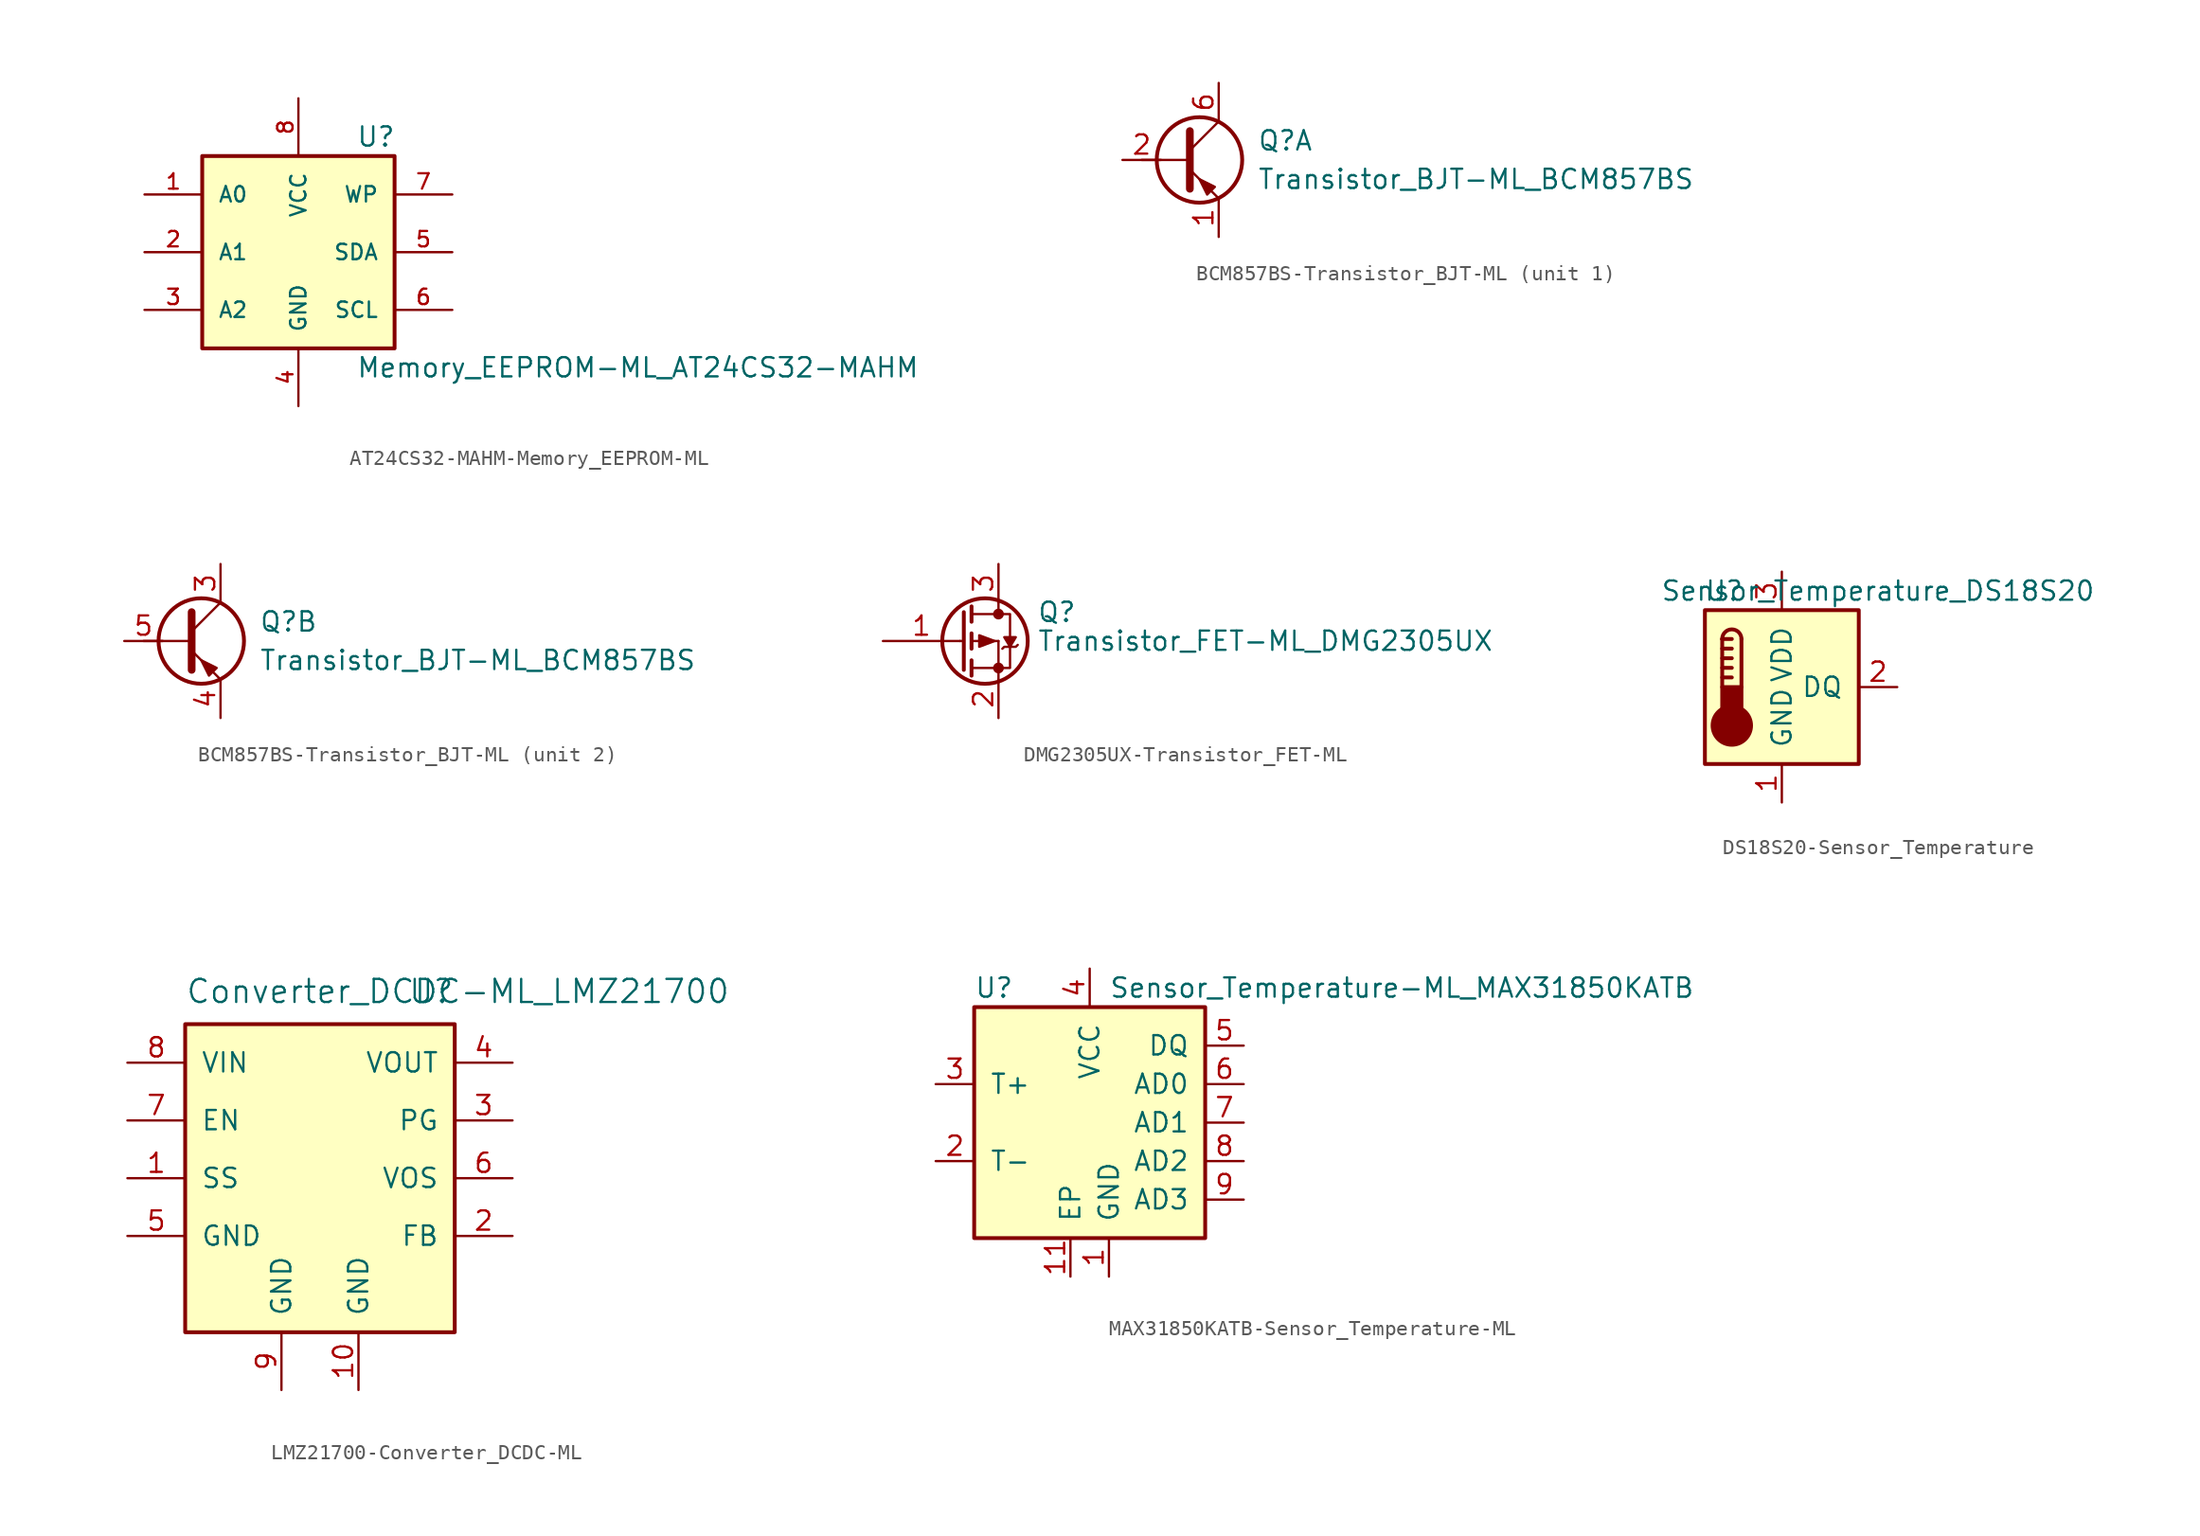
<source format=kicad_sym>
(kicad_symbol_lib
  (version 20220914)
  (generator kicad_symbol_editor)
  (symbol "AT24CS32-MAHM-Memory_EEPROM-ML"
    (pin_names
      (offset 1.016))
    (property "Reference" "U"
      (at 3.81 7.62 0)
      (effects (font (size 1.27 1.27)) (justify left)))
    (property "Value" "Memory_EEPROM-ML_AT24CS32-MAHM"
      (at 3.81 -7.62 0)
      (effects (font (size 1.27 1.27)) (justify left)))
    (symbol "AT24CS32-MAHM-Memory_EEPROM-ML_0_1"
      (rectangle (start -6.35 6.35) (end 6.35 -6.35) (stroke (width 0.254) (type solid)) (fill (type background))))
    (symbol "AT24CS32-MAHM-Memory_EEPROM-ML_1_1"
      (pin input line (at -10.16 3.81 0) (length 3.81) (name "A0" (effects (font (size 1.016 1.016)))) (number "1" (effects (font (size 1.016 1.016)))))
      (pin input line (at -10.16 0 0) (length 3.81) (name "A1" (effects (font (size 1.016 1.016)))) (number "2" (effects (font (size 1.016 1.016)))))
      (pin input line (at -10.16 -3.81 0) (length 3.81) (name "A2" (effects (font (size 1.016 1.016)))) (number "3" (effects (font (size 1.016 1.016)))))
      (pin power_in line (at 0 -10.16 90) (length 3.81) (name "GND" (effects (font (size 1.016 1.016)))) (number "4" (effects (font (size 1.016 1.016)))))
      (pin bidirectional line (at 10.16 0 180) (length 3.81) (name "SDA" (effects (font (size 1.016 1.016)))) (number "5" (effects (font (size 1.016 1.016)))))
      (pin input line (at 10.16 -3.81 180) (length 3.81) (name "SCL" (effects (font (size 1.016 1.016)))) (number "6" (effects (font (size 1.016 1.016)))))
      (pin input line (at 10.16 3.81 180) (length 3.81) (name "WP" (effects (font (size 1.016 1.016)))) (number "7" (effects (font (size 1.016 1.016)))))
      (pin power_in line (at 0 10.16 270) (length 3.81) (name "VCC" (effects (font (size 1.016 1.016)))) (number "8" (effects (font (size 1.016 1.016)))))))
  (symbol "BCM857BS-Transistor_BJT-ML"
    (pin_names
      (offset 0) hide)
    (property "Reference" "Q"
      (at 5.08 1.27 0)
      (effects (font (size 1.27 1.27)) (justify left)))
    (property "Value" "Transistor_BJT-ML_BCM857BS"
      (at 5.08 -1.27 0)
      (effects (font (size 1.27 1.27)) (justify left)))
    (property "ki_locked" ""
      (at 0 0 0)
      (effects (font (size 1.27 1.27))))
    (symbol "BCM857BS-Transistor_BJT-ML_0_1"
      (polyline (pts (xy 0.635 0) (xy -2.54 0)) (stroke (width 0) (type solid)) (fill (type none)))
      (polyline (pts (xy 0.635 0.635) (xy 2.54 2.54)) (stroke (width 0) (type solid)) (fill (type none)))
      (polyline (pts (xy 0.635 -0.635) (xy 2.54 -2.54) (xy 2.54 -2.54)) (stroke (width 0) (type solid)) (fill (type none)))
      (polyline (pts (xy 0.635 1.905) (xy 0.635 -1.905) (xy 0.635 -1.905)) (stroke (width 0.508) (type solid)) (fill (type none)))
      (polyline (pts (xy 2.286 -1.778) (xy 1.778 -2.286) (xy 1.27 -1.27) (xy 2.286 -1.778) (xy 2.286 -1.778)) (stroke (width 0) (type solid)) (fill (type outline)))
      (circle (center 1.27 0) (radius 2.819) (stroke (width 0.254) (type solid)) (fill (type none))))
    (symbol "BCM857BS-Transistor_BJT-ML_1_1"
      (pin passive line (at 2.54 -5.08 90) (length 2.54) (name "E1" (effects (font (size 1.27 1.27)))) (number "1" (effects (font (size 1.27 1.27)))))
      (pin input line (at -3.81 0 0) (length 2.54) (name "B1" (effects (font (size 1.27 1.27)))) (number "2" (effects (font (size 1.27 1.27)))))
      (pin passive line (at 2.54 5.08 270) (length 2.54) (name "C1" (effects (font (size 1.27 1.27)))) (number "6" (effects (font (size 1.27 1.27))))))
    (symbol "BCM857BS-Transistor_BJT-ML_2_1"
      (pin passive line (at 2.54 5.08 270) (length 2.54) (name "C2" (effects (font (size 1.27 1.27)))) (number "3" (effects (font (size 1.27 1.27)))))
      (pin passive line (at 2.54 -5.08 90) (length 2.54) (name "E2" (effects (font (size 1.27 1.27)))) (number "4" (effects (font (size 1.27 1.27)))))
      (pin input line (at -3.81 0 0) (length 2.54) (name "B2" (effects (font (size 1.27 1.27)))) (number "5" (effects (font (size 1.27 1.27)))))))
  (symbol "DMG2305UX-Transistor_FET-ML"
    (pin_names
      (offset 0) hide)
    (property "Reference" "Q"
      (at 5.08 1.905 0)
      (effects (font (size 1.27 1.27)) (justify left)))
    (property "Value" "Transistor_FET-ML_DMG2305UX"
      (at 5.08 0 0)
      (effects (font (size 1.27 1.27)) (justify left)))
    (symbol "DMG2305UX-Transistor_FET-ML_0_1"
      (polyline (pts (xy 0 0) (xy 0.254 0)) (stroke (width 0) (type solid)) (fill (type none)))
      (polyline (pts (xy 0.762 -1.778) (xy 2.54 -1.778)) (stroke (width 0) (type solid)) (fill (type none)))
      (polyline (pts (xy 0.762 -1.27) (xy 0.762 -2.286)) (stroke (width 0.254) (type solid)) (fill (type none)))
      (polyline (pts (xy 0.762 0) (xy 2.54 0)) (stroke (width 0) (type solid)) (fill (type none)))
      (polyline (pts (xy 0.762 0.508) (xy 0.762 -0.508)) (stroke (width 0.254) (type solid)) (fill (type none)))
      (polyline (pts (xy 0.762 1.778) (xy 2.54 1.778)) (stroke (width 0) (type solid)) (fill (type none)))
      (polyline (pts (xy 0.762 2.286) (xy 0.762 1.27)) (stroke (width 0.254) (type solid)) (fill (type none)))
      (polyline (pts (xy 2.54 -1.778) (xy 2.54 -2.54)) (stroke (width 0) (type solid)) (fill (type none)))
      (polyline (pts (xy 2.54 -1.778) (xy 2.54 0)) (stroke (width 0) (type solid)) (fill (type none)))
      (polyline (pts (xy 2.54 2.54) (xy 2.54 1.778)) (stroke (width 0) (type solid)) (fill (type none)))
      (polyline (pts (xy 0.254 1.905) (xy 0.254 -1.905) (xy 0.254 -1.905)) (stroke (width 0.254) (type solid)) (fill (type none)))
      (polyline (pts (xy 2.286 0) (xy 1.27 -0.381) (xy 1.27 0.381) (xy 2.286 0)) (stroke (width 0) (type solid)) (fill (type outline)))
      (polyline (pts (xy 2.54 -1.778) (xy 3.302 -1.778) (xy 3.302 1.778) (xy 2.54 1.778)) (stroke (width 0) (type solid)) (fill (type none)))
      (polyline (pts (xy 2.794 -0.508) (xy 2.921 -0.381) (xy 3.683 -0.381) (xy 3.81 -0.254)) (stroke (width 0) (type solid)) (fill (type none)))
      (polyline (pts (xy 3.302 -0.381) (xy 2.921 0.254) (xy 3.683 0.254) (xy 3.302 -0.381)) (stroke (width 0) (type solid)) (fill (type outline)))
      (circle (center 1.651 0) (radius 2.819) (stroke (width 0.254) (type solid)) (fill (type none)))
      (circle (center 2.54 -1.778) (radius 0.279) (stroke (width 0) (type solid)) (fill (type outline)))
      (circle (center 2.54 1.778) (radius 0.279) (stroke (width 0) (type solid)) (fill (type outline))))
    (symbol "DMG2305UX-Transistor_FET-ML_1_1"
      (pin input line (at -5.08 0 0) (length 5.08) (name "G" (effects (font (size 1.27 1.27)))) (number "1" (effects (font (size 1.27 1.27)))))
      (pin passive line (at 2.54 -5.08 90) (length 2.54) (name "S" (effects (font (size 1.27 1.27)))) (number "2" (effects (font (size 1.27 1.27)))))
      (pin passive line (at 2.54 5.08 270) (length 2.54) (name "D" (effects (font (size 1.27 1.27)))) (number "3" (effects (font (size 1.27 1.27)))))))
  (symbol "DS18S20-Sensor_Temperature"
    (pin_names
      (offset 1.016))
    (property "Reference" "U"
      (at -3.81 6.35 0)
      (effects (font (size 1.27 1.27))))
    (property "Value" "Sensor_Temperature_DS18S20"
      (at 6.35 6.35 0)
      (effects (font (size 1.27 1.27))))
    (symbol "DS18S20-Sensor_Temperature_0_1"
      (rectangle (start -5.08 5.08) (end 5.08 -5.08) (stroke (width 0.254) (type solid)) (fill (type background)))
      (circle (center -3.302 -2.54) (radius 1.27) (stroke (width 0.254) (type solid)) (fill (type outline)))
      (rectangle (start -2.667 -1.905) (end -3.937 0) (stroke (width 0.254) (type solid)) (fill (type outline)))
      (arc (start -2.667 3.175) (mid -3.302 3.8073) (end -3.937 3.175) (stroke (width 0.254) (type solid)) (fill (type none)))
      (polyline (pts (xy -3.937 0.635) (xy -3.302 0.635)) (stroke (width 0.254) (type solid)) (fill (type none)))
      (polyline (pts (xy -3.937 1.27) (xy -3.302 1.27)) (stroke (width 0.254) (type solid)) (fill (type none)))
      (polyline (pts (xy -3.937 1.905) (xy -3.302 1.905)) (stroke (width 0.254) (type solid)) (fill (type none)))
      (polyline (pts (xy -3.937 2.54) (xy -3.302 2.54)) (stroke (width 0.254) (type solid)) (fill (type none)))
      (polyline (pts (xy -3.937 3.175) (xy -3.937 0)) (stroke (width 0.254) (type solid)) (fill (type none)))
      (polyline (pts (xy -3.937 3.175) (xy -3.302 3.175)) (stroke (width 0.254) (type solid)) (fill (type none)))
      (polyline (pts (xy -2.667 3.175) (xy -2.667 0)) (stroke (width 0.254) (type solid)) (fill (type none))))
    (symbol "DS18S20-Sensor_Temperature_1_1"
      (pin power_in line (at 0 -7.62 90) (length 2.54) (name "GND" (effects (font (size 1.27 1.27)))) (number "1" (effects (font (size 1.27 1.27)))))
      (pin bidirectional line (at 7.62 0 180) (length 2.54) (name "DQ" (effects (font (size 1.27 1.27)))) (number "2" (effects (font (size 1.27 1.27)))))
      (pin power_in line (at 0 7.62 270) (length 2.54) (name "VDD" (effects (font (size 1.27 1.27)))) (number "3" (effects (font (size 1.27 1.27)))))))
  (symbol "LMZ21700-Converter_DCDC-ML"
    (pin_names
      (offset 1.016))
    (property "Reference" "U"
      (at 8.89 11.43 0)
      (effects (font (size 1.524 1.524)) (justify right bottom)))
    (property "Value" "Converter_DCDC-ML_LMZ21700"
      (at -8.89 11.43 0)
      (effects (font (size 1.524 1.524)) (justify left bottom)))
    (symbol "LMZ21700-Converter_DCDC-ML_0_1"
      (rectangle (start -8.89 10.16) (end 8.89 -10.16) (stroke (width 0.254) (type solid)) (fill (type background))))
    (symbol "LMZ21700-Converter_DCDC-ML_1_1"
      (pin input line (at -12.7 0 0) (length 3.81) (name "SS" (effects (font (size 1.27 1.27)))) (number "1" (effects (font (size 1.27 1.27)))))
      (pin power_in line (at 2.54 -13.97 90) (length 3.81) (name "GND" (effects (font (size 1.27 1.27)))) (number "10" (effects (font (size 1.27 1.27)))))
      (pin input line (at 12.7 -3.81 180) (length 3.81) (name "FB" (effects (font (size 1.27 1.27)))) (number "2" (effects (font (size 1.27 1.27)))))
      (pin open_collector line (at 12.7 3.81 180) (length 3.81) (name "PG" (effects (font (size 1.27 1.27)))) (number "3" (effects (font (size 1.27 1.27)))))
      (pin power_out line (at 12.7 7.62 180) (length 3.81) (name "VOUT" (effects (font (size 1.27 1.27)))) (number "4" (effects (font (size 1.27 1.27)))))
      (pin power_in line (at -12.7 -3.81 0) (length 3.81) (name "GND" (effects (font (size 1.27 1.27)))) (number "5" (effects (font (size 1.27 1.27)))))
      (pin input line (at 12.7 0 180) (length 3.81) (name "VOS" (effects (font (size 1.27 1.27)))) (number "6" (effects (font (size 1.27 1.27)))))
      (pin input line (at -12.7 3.81 0) (length 3.81) (name "EN" (effects (font (size 1.27 1.27)))) (number "7" (effects (font (size 1.27 1.27)))))
      (pin power_in line (at -12.7 7.62 0) (length 3.81) (name "VIN" (effects (font (size 1.27 1.27)))) (number "8" (effects (font (size 1.27 1.27)))))
      (pin power_in line (at -2.54 -13.97 90) (length 3.81) (name "GND" (effects (font (size 1.27 1.27)))) (number "9" (effects (font (size 1.27 1.27)))))))
  (symbol "MAX31850KATB-Sensor_Temperature-ML"
    (pin_names
      (offset 1.016))
    (property "Reference" "U"
      (at -7.62 8.89 0)
      (effects (font (size 1.27 1.27)) (justify left)))
    (property "Value" "Sensor_Temperature-ML_MAX31850KATB"
      (at 1.27 8.89 0)
      (effects (font (size 1.27 1.27)) (justify left)))
    (property "Datasheet" ""
      (at 0 0 0)
      (effects (font (size 1.27 1.27))))
    (symbol "MAX31850KATB-Sensor_Temperature-ML_0_1"
      (rectangle (start -7.62 7.62) (end 7.62 -7.62) (stroke (width 0.254) (type solid)) (fill (type background))))
    (symbol "MAX31850KATB-Sensor_Temperature-ML_1_1"
      (pin power_in line (at 1.27 -10.16 90) (length 2.54) (name "GND" (effects (font (size 1.27 1.27)))) (number "1" (effects (font (size 1.27 1.27)))))
      (pin output line (at -1.27 -10.16 90) (length 2.54) (name "EP" (effects (font (size 1.27 1.27)))) (number "11" (effects (font (size 1.27 1.27)))))
      (pin passive line (at -10.16 -2.54 0) (length 2.54) (name "T-" (effects (font (size 1.27 1.27)))) (number "2" (effects (font (size 1.27 1.27)))))
      (pin passive line (at -10.16 2.54 0) (length 2.54) (name "T+" (effects (font (size 1.27 1.27)))) (number "3" (effects (font (size 1.27 1.27)))))
      (pin power_in line (at 0 10.16 270) (length 2.54) (name "VCC" (effects (font (size 1.27 1.27)))) (number "4" (effects (font (size 1.27 1.27)))))
      (pin bidirectional line (at 10.16 5.08 180) (length 2.54) (name "DQ" (effects (font (size 1.27 1.27)))) (number "5" (effects (font (size 1.27 1.27)))))
      (pin input line (at 10.16 2.54 180) (length 2.54) (name "AD0" (effects (font (size 1.27 1.27)))) (number "6" (effects (font (size 1.27 1.27)))))
      (pin output line (at 10.16 0 180) (length 2.54) (name "AD1" (effects (font (size 1.27 1.27)))) (number "7" (effects (font (size 1.27 1.27)))))
      (pin output line (at 10.16 -2.54 180) (length 2.54) (name "AD2" (effects (font (size 1.27 1.27)))) (number "8" (effects (font (size 1.27 1.27)))))
      (pin output line (at 10.16 -5.08 180) (length 2.54) (name "AD3" (effects (font (size 1.27 1.27)))) (number "9" (effects (font (size 1.27 1.27))))))))
</source>
